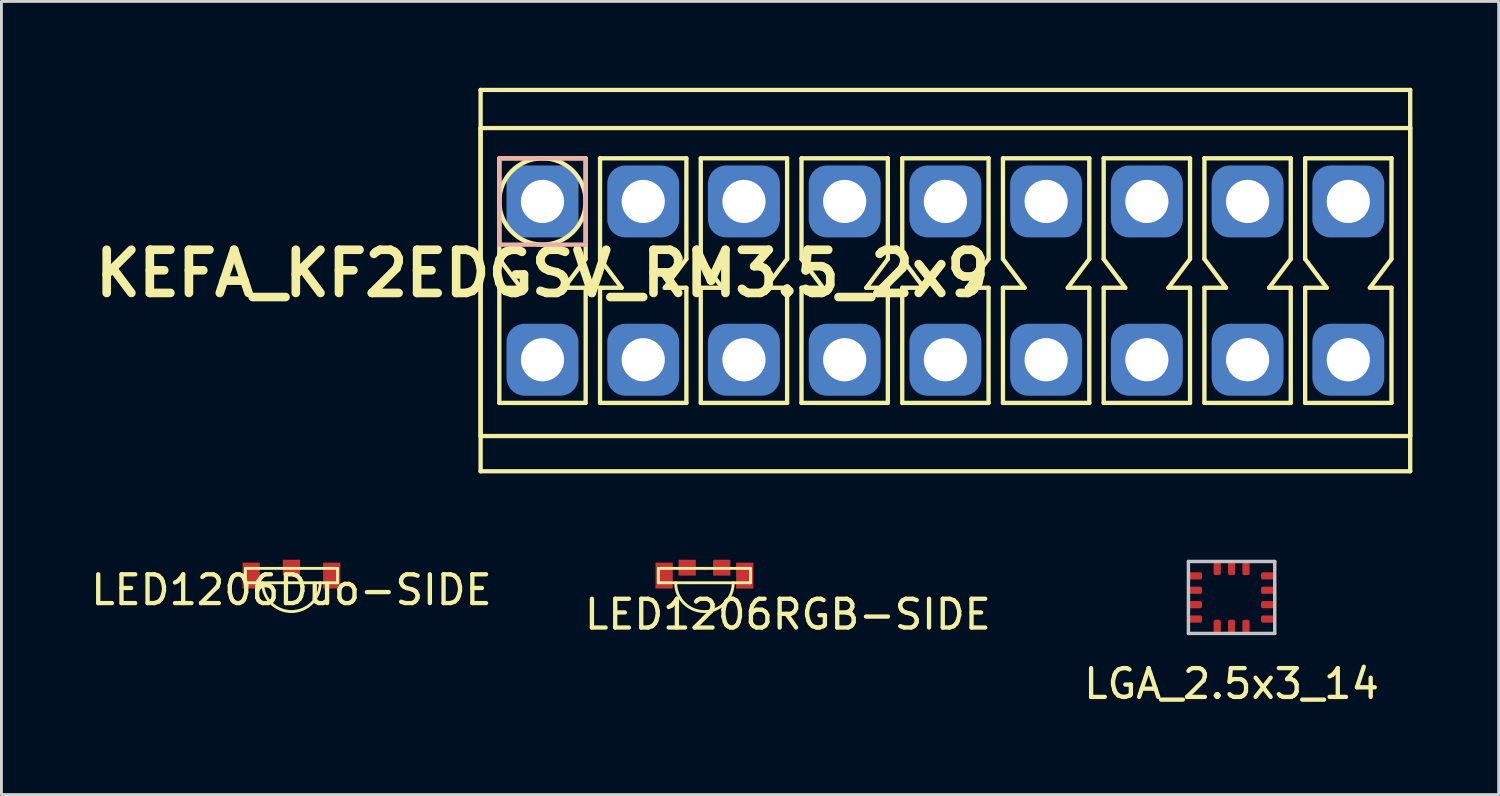
<source format=kicad_pcb>
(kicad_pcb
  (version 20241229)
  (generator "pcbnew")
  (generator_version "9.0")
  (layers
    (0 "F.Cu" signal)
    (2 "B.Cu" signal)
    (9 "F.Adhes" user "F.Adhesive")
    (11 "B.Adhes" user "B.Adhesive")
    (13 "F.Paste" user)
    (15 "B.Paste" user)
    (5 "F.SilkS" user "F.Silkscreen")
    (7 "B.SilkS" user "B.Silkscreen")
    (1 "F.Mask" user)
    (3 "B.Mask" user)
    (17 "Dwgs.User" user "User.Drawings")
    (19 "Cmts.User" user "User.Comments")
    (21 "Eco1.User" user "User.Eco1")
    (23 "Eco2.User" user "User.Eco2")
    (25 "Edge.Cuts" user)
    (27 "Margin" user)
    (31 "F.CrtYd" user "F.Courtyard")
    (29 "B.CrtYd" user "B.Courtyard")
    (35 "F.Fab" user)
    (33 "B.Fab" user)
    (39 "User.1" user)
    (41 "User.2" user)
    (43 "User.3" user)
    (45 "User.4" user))
  (footprint "KEFA_KF2EDGSV_RM3.5_2x9"
    (layer "F.Cu")
    (at 15.8 3.95)
    (property "Reference" "KEFA_KF2EDGSV_RM3.5_2x9" (at 0 2.5 0) (layer "F.SilkS") (effects (font (size 1.5 1.5) (thickness 0.3))))
    (attr through_hole)
    (fp_line (start -2.15 -3.875) (end 30.15 -3.875) (stroke (width 0.15) (type solid)) (layer "F.SilkS"))
    (fp_line (start -2.15 -2.55) (end 30.15 -2.55) (stroke (width 0.15) (type solid)) (layer "F.SilkS"))
    (fp_line (start -2.15 8.15) (end -2.15 -2.55) (stroke (width 0.15) (type solid)) (layer "F.SilkS"))
    (fp_line (start -2.15 9.375) (end -2.15 -3.875) (stroke (width 0.15) (type solid)) (layer "F.SilkS"))
    (fp_line (start -1.5 -1.5) (end -1.5 2) (stroke (width 0.15) (type solid)) (layer "F.SilkS"))
    (fp_line (start -1.5 -1.5) (end 1.5 -1.5) (stroke (width 0.15) (type solid)) (layer "F.SilkS"))
    (fp_line (start -1.5 2) (end -0.75 3) (stroke (width 0.15) (type solid)) (layer "F.SilkS"))
    (fp_line (start -1.5 3) (end -1.5 7) (stroke (width 0.15) (type solid)) (layer "F.SilkS"))
    (fp_line (start -1.5 7) (end 1.5 7) (stroke (width 0.15) (type solid)) (layer "F.SilkS"))
    (fp_line (start -0.75 3) (end -1.5 3) (stroke (width 0.15) (type solid)) (layer "F.SilkS"))
    (fp_line (start 0.75 3) (end 1.5 3) (stroke (width 0.15) (type solid)) (layer "F.SilkS"))
    (fp_line (start 1.5 -1.5) (end 1.5 2) (stroke (width 0.15) (type solid)) (layer "F.SilkS"))
    (fp_line (start 1.5 2) (end 0.75 3) (stroke (width 0.15) (type solid)) (layer "F.SilkS"))
    (fp_line (start 1.5 3) (end 1.5 7) (stroke (width 0.15) (type solid)) (layer "F.SilkS"))
    (fp_line (start 2 -1.5) (end 2 2) (stroke (width 0.15) (type solid)) (layer "F.SilkS"))
    (fp_line (start 2 -1.5) (end 5 -1.5) (stroke (width 0.15) (type solid)) (layer "F.SilkS"))
    (fp_line (start 2 2) (end 2.75 3) (stroke (width 0.15) (type solid)) (layer "F.SilkS"))
    (fp_line (start 2 3) (end 2 7) (stroke (width 0.15) (type solid)) (layer "F.SilkS"))
    (fp_line (start 2 7) (end 5 7) (stroke (width 0.15) (type solid)) (layer "F.SilkS"))
    (fp_line (start 2.75 3) (end 2 3) (stroke (width 0.15) (type solid)) (layer "F.SilkS"))
    (fp_line (start 4.25 3) (end 5 3) (stroke (width 0.15) (type solid)) (layer "F.SilkS"))
    (fp_line (start 5 -1.5) (end 5 2) (stroke (width 0.15) (type solid)) (layer "F.SilkS"))
    (fp_line (start 5 2) (end 4.25 3) (stroke (width 0.15) (type solid)) (layer "F.SilkS"))
    (fp_line (start 5 3) (end 5 7) (stroke (width 0.15) (type solid)) (layer "F.SilkS"))
    (fp_line (start 5.5 -1.5) (end 5.5 2) (stroke (width 0.15) (type solid)) (layer "F.SilkS"))
    (fp_line (start 5.5 -1.5) (end 8.5 -1.5) (stroke (width 0.15) (type solid)) (layer "F.SilkS"))
    (fp_line (start 5.5 2) (end 6.25 3) (stroke (width 0.15) (type solid)) (layer "F.SilkS"))
    (fp_line (start 5.5 3) (end 5.5 7) (stroke (width 0.15) (type solid)) (layer "F.SilkS"))
    (fp_line (start 5.5 7) (end 8.5 7) (stroke (width 0.15) (type solid)) (layer "F.SilkS"))
    (fp_line (start 6.25 3) (end 5.5 3) (stroke (width 0.15) (type solid)) (layer "F.SilkS"))
    (fp_line (start 7.75 3) (end 8.5 3) (stroke (width 0.15) (type solid)) (layer "F.SilkS"))
    (fp_line (start 8.5 -1.5) (end 8.5 2) (stroke (width 0.15) (type solid)) (layer "F.SilkS"))
    (fp_line (start 8.5 2) (end 7.75 3) (stroke (width 0.15) (type solid)) (layer "F.SilkS"))
    (fp_line (start 8.5 3) (end 8.5 7) (stroke (width 0.15) (type solid)) (layer "F.SilkS"))
    (fp_line (start 9 -1.5) (end 9 2) (stroke (width 0.15) (type solid)) (layer "F.SilkS"))
    (fp_line (start 9 -1.5) (end 12 -1.5) (stroke (width 0.15) (type solid)) (layer "F.SilkS"))
    (fp_line (start 9 2) (end 9.75 3) (stroke (width 0.15) (type solid)) (layer "F.SilkS"))
    (fp_line (start 9 3) (end 9 7) (stroke (width 0.15) (type solid)) (layer "F.SilkS"))
    (fp_line (start 9 7) (end 12 7) (stroke (width 0.15) (type solid)) (layer "F.SilkS"))
    (fp_line (start 9.75 3) (end 9 3) (stroke (width 0.15) (type solid)) (layer "F.SilkS"))
    (fp_line (start 11.25 3) (end 12 3) (stroke (width 0.15) (type solid)) (layer "F.SilkS"))
    (fp_line (start 12 -1.5) (end 12 2) (stroke (width 0.15) (type solid)) (layer "F.SilkS"))
    (fp_line (start 12 2) (end 11.25 3) (stroke (width 0.15) (type solid)) (layer "F.SilkS"))
    (fp_line (start 12 3) (end 12 7) (stroke (width 0.15) (type solid)) (layer "F.SilkS"))
    (fp_line (start 12.5 -1.5) (end 12.5 2) (stroke (width 0.15) (type solid)) (layer "F.SilkS"))
    (fp_line (start 12.5 -1.5) (end 15.5 -1.5) (stroke (width 0.15) (type solid)) (layer "F.SilkS"))
    (fp_line (start 12.5 2) (end 13.25 3) (stroke (width 0.15) (type solid)) (layer "F.SilkS"))
    (fp_line (start 12.5 3) (end 12.5 7) (stroke (width 0.15) (type solid)) (layer "F.SilkS"))
    (fp_line (start 12.5 7) (end 15.5 7) (stroke (width 0.15) (type solid)) (layer "F.SilkS"))
    (fp_line (start 13.25 3) (end 12.5 3) (stroke (width 0.15) (type solid)) (layer "F.SilkS"))
    (fp_line (start 14.75 3) (end 15.5 3) (stroke (width 0.15) (type solid)) (layer "F.SilkS"))
    (fp_line (start 15.5 -1.5) (end 15.5 2) (stroke (width 0.15) (type solid)) (layer "F.SilkS"))
    (fp_line (start 15.5 2) (end 14.75 3) (stroke (width 0.15) (type solid)) (layer "F.SilkS"))
    (fp_line (start 15.5 3) (end 15.5 7) (stroke (width 0.15) (type solid)) (layer "F.SilkS"))
    (fp_line (start 16 -1.5) (end 16 2) (stroke (width 0.15) (type solid)) (layer "F.SilkS"))
    (fp_line (start 16 -1.5) (end 19 -1.5) (stroke (width 0.15) (type solid)) (layer "F.SilkS"))
    (fp_line (start 16 2) (end 16.75 3) (stroke (width 0.15) (type solid)) (layer "F.SilkS"))
    (fp_line (start 16 3) (end 16 7) (stroke (width 0.15) (type solid)) (layer "F.SilkS"))
    (fp_line (start 16 7) (end 19 7) (stroke (width 0.15) (type solid)) (layer "F.SilkS"))
    (fp_line (start 16.75 3) (end 16 3) (stroke (width 0.15) (type solid)) (layer "F.SilkS"))
    (fp_line (start 18.25 3) (end 19 3) (stroke (width 0.15) (type solid)) (layer "F.SilkS"))
    (fp_line (start 19 -1.5) (end 19 2) (stroke (width 0.15) (type solid)) (layer "F.SilkS"))
    (fp_line (start 19 2) (end 18.25 3) (stroke (width 0.15) (type solid)) (layer "F.SilkS"))
    (fp_line (start 19 3) (end 19 7) (stroke (width 0.15) (type solid)) (layer "F.SilkS"))
    (fp_line (start 19.5 -1.5) (end 19.5 2) (stroke (width 0.15) (type solid)) (layer "F.SilkS"))
    (fp_line (start 19.5 -1.5) (end 22.5 -1.5) (stroke (width 0.15) (type solid)) (layer "F.SilkS"))
    (fp_line (start 19.5 2) (end 20.25 3) (stroke (width 0.15) (type solid)) (layer "F.SilkS"))
    (fp_line (start 19.5 3) (end 19.5 7) (stroke (width 0.15) (type solid)) (layer "F.SilkS"))
    (fp_line (start 19.5 7) (end 22.5 7) (stroke (width 0.15) (type solid)) (layer "F.SilkS"))
    (fp_line (start 20.25 3) (end 19.5 3) (stroke (width 0.15) (type solid)) (layer "F.SilkS"))
    (fp_line (start 21.75 3) (end 22.5 3) (stroke (width 0.15) (type solid)) (layer "F.SilkS"))
    (fp_line (start 22.5 -1.5) (end 22.5 2) (stroke (width 0.15) (type solid)) (layer "F.SilkS"))
    (fp_line (start 22.5 2) (end 21.75 3) (stroke (width 0.15) (type solid)) (layer "F.SilkS"))
    (fp_line (start 22.5 3) (end 22.5 7) (stroke (width 0.15) (type solid)) (layer "F.SilkS"))
    (fp_line (start 23 -1.5) (end 23 2) (stroke (width 0.15) (type solid)) (layer "F.SilkS"))
    (fp_line (start 23 -1.5) (end 26 -1.5) (stroke (width 0.15) (type solid)) (layer "F.SilkS"))
    (fp_line (start 23 2) (end 23.75 3) (stroke (width 0.15) (type solid)) (layer "F.SilkS"))
    (fp_line (start 23 3) (end 23 7) (stroke (width 0.15) (type solid)) (layer "F.SilkS"))
    (fp_line (start 23 7) (end 26 7) (stroke (width 0.15) (type solid)) (layer "F.SilkS"))
    (fp_line (start 23.75 3) (end 23 3) (stroke (width 0.15) (type solid)) (layer "F.SilkS"))
    (fp_line (start 25.25 3) (end 26 3) (stroke (width 0.15) (type solid)) (layer "F.SilkS"))
    (fp_line (start 26 -1.5) (end 26 2) (stroke (width 0.15) (type solid)) (layer "F.SilkS"))
    (fp_line (start 26 2) (end 25.25 3) (stroke (width 0.15) (type solid)) (layer "F.SilkS"))
    (fp_line (start 26 3) (end 26 7) (stroke (width 0.15) (type solid)) (layer "F.SilkS"))
    (fp_line (start 26.5 -1.5) (end 26.5 2) (stroke (width 0.15) (type solid)) (layer "F.SilkS"))
    (fp_line (start 26.5 -1.5) (end 29.5 -1.5) (stroke (width 0.15) (type solid)) (layer "F.SilkS"))
    (fp_line (start 26.5 2) (end 27.25 3) (stroke (width 0.15) (type solid)) (layer "F.SilkS"))
    (fp_line (start 26.5 3) (end 26.5 7) (stroke (width 0.15) (type solid)) (layer "F.SilkS"))
    (fp_line (start 26.5 7) (end 29.5 7) (stroke (width 0.15) (type solid)) (layer "F.SilkS"))
    (fp_line (start 27.25 3) (end 26.5 3) (stroke (width 0.15) (type solid)) (layer "F.SilkS"))
    (fp_line (start 28.75 3) (end 29.5 3) (stroke (width 0.15) (type solid)) (layer "F.SilkS"))
    (fp_line (start 29.5 -1.5) (end 29.5 2) (stroke (width 0.15) (type solid)) (layer "F.SilkS"))
    (fp_line (start 29.5 2) (end 28.75 3) (stroke (width 0.15) (type solid)) (layer "F.SilkS"))
    (fp_line (start 29.5 3) (end 29.5 7) (stroke (width 0.15) (type solid)) (layer "F.SilkS"))
    (fp_line (start 30.15 -3.875) (end 30.15 9.375) (stroke (width 0.15) (type solid)) (layer "F.SilkS"))
    (fp_line (start 30.15 -2.55) (end 30.15 8.15) (stroke (width 0.15) (type solid)) (layer "F.SilkS"))
    (fp_line (start 30.15 8.15) (end -2.15 8.15) (stroke (width 0.15) (type solid)) (layer "F.SilkS"))
    (fp_line (start 30.15 9.375) (end -2.15 9.375) (stroke (width 0.15) (type solid)) (layer "F.SilkS"))
    (fp_circle (center 0 0) (end 1.5 0) (stroke (width 0.15) (type solid)) (fill no) (layer "F.SilkS"))
    (fp_line (start -1.5 -1.5) (end 1.5 -1.5) (stroke (width 0.15) (type solid)) (layer "B.SilkS"))
    (fp_line (start -1.5 1.5) (end -1.5 -1.5) (stroke (width 0.15) (type solid)) (layer "B.SilkS"))
    (fp_line (start 1.5 -1.5) (end 1.5 1.5) (stroke (width 0.15) (type solid)) (layer "B.SilkS"))
    (fp_line (start 1.5 1.5) (end -1.5 1.5) (stroke (width 0.15) (type solid)) (layer "B.SilkS"))
    (pad "1" thru_hole circle (at 0 0) (size 1.8 1.8) (drill 1.5) (layers "*.Cu" "*.Mask"))
    (pad "1" smd roundrect (at 0 0) (size 2.5 2.5) (layers "B.Cu" "B.Mask") (roundrect_rratio 0.25))
    (pad "2" thru_hole circle (at 3.5 0) (size 1.8 1.8) (drill 1.5) (layers "*.Cu" "*.Mask"))
    (pad "2" smd roundrect (at 3.5 0) (size 2.5 2.5) (layers "B.Cu" "B.Mask") (roundrect_rratio 0.25))
    (pad "3" thru_hole circle (at 7 0) (size 1.8 1.8) (drill 1.5) (layers "*.Cu" "*.Mask"))
    (pad "3" smd roundrect (at 7 0) (size 2.5 2.5) (layers "B.Cu" "B.Mask") (roundrect_rratio 0.25))
    (pad "4" thru_hole circle (at 10.5 0) (size 1.8 1.8) (drill 1.5) (layers "*.Cu" "*.Mask"))
    (pad "4" smd roundrect (at 10.5 0) (size 2.5 2.5) (layers "B.Cu" "B.Mask") (roundrect_rratio 0.25))
    (pad "5" thru_hole circle (at 14 0) (size 1.8 1.8) (drill 1.5) (layers "*.Cu" "*.Mask"))
    (pad "5" smd roundrect (at 14 0) (size 2.5 2.5) (layers "B.Cu" "B.Mask") (roundrect_rratio 0.25))
    (pad "6" thru_hole circle (at 17.5 0) (size 1.8 1.8) (drill 1.5) (layers "*.Cu" "*.Mask"))
    (pad "6" smd roundrect (at 17.5 0) (size 2.5 2.5) (layers "B.Cu" "B.Mask") (roundrect_rratio 0.25))
    (pad "7" thru_hole circle (at 21 0) (size 1.8 1.8) (drill 1.5) (layers "*.Cu" "*.Mask"))
    (pad "7" smd roundrect (at 21 0) (size 2.5 2.5) (layers "B.Cu" "B.Mask") (roundrect_rratio 0.25))
    (pad "8" thru_hole circle (at 24.5 0) (size 1.8 1.8) (drill 1.5) (layers "*.Cu" "*.Mask"))
    (pad "8" smd roundrect (at 24.5 0) (size 2.5 2.5) (layers "B.Cu" "B.Mask") (roundrect_rratio 0.25))
    (pad "9" thru_hole circle (at 28 0) (size 1.8 1.8) (drill 1.5) (layers "*.Cu" "*.Mask"))
    (pad "9" smd roundrect (at 28 0) (size 2.5 2.5) (layers "B.Cu" "B.Mask") (roundrect_rratio 0.25))
    (pad "10" thru_hole circle (at 0 5.5) (size 1.8 1.8) (drill 1.5) (layers "*.Cu" "*.Mask"))
    (pad "10" smd roundrect (at 0 5.5) (size 2.5 2.5) (layers "B.Cu" "B.Mask") (roundrect_rratio 0.25))
    (pad "11" thru_hole circle (at 3.5 5.5) (size 1.8 1.8) (drill 1.5) (layers "*.Cu" "*.Mask"))
    (pad "11" smd roundrect (at 3.5 5.5) (size 2.5 2.5) (layers "B.Cu" "B.Mask") (roundrect_rratio 0.25))
    (pad "12" thru_hole circle (at 7 5.5) (size 1.8 1.8) (drill 1.5) (layers "*.Cu" "*.Mask"))
    (pad "12" smd roundrect (at 7 5.5) (size 2.5 2.5) (layers "B.Cu" "B.Mask") (roundrect_rratio 0.25))
    (pad "13" thru_hole circle (at 10.5 5.5) (size 1.8 1.8) (drill 1.5) (layers "*.Cu" "*.Mask"))
    (pad "13" smd roundrect (at 10.5 5.5) (size 2.5 2.5) (layers "B.Cu" "B.Mask") (roundrect_rratio 0.25))
    (pad "14" thru_hole circle (at 14 5.5) (size 1.8 1.8) (drill 1.5) (layers "*.Cu" "*.Mask"))
    (pad "14" smd roundrect (at 14 5.5) (size 2.5 2.5) (layers "B.Cu" "B.Mask") (roundrect_rratio 0.25))
    (pad "15" thru_hole circle (at 17.5 5.5) (size 1.8 1.8) (drill 1.5) (layers "*.Cu" "*.Mask"))
    (pad "15" smd roundrect (at 17.5 5.5) (size 2.5 2.5) (layers "B.Cu" "B.Mask") (roundrect_rratio 0.25))
    (pad "16" thru_hole circle (at 21 5.5) (size 1.8 1.8) (drill 1.5) (layers "*.Cu" "*.Mask"))
    (pad "16" smd roundrect (at 21 5.5) (size 2.5 2.5) (layers "B.Cu" "B.Mask") (roundrect_rratio 0.25))
    (pad "17" thru_hole circle (at 24.5 5.5) (size 1.8 1.8) (drill 1.5) (layers "*.Cu" "*.Mask"))
    (pad "17" smd roundrect (at 24.5 5.5) (size 2.5 2.5) (layers "B.Cu" "B.Mask") (roundrect_rratio 0.25))
    (pad "18" thru_hole circle (at 28 5.5) (size 1.8 1.8) (drill 1.5) (layers "*.Cu" "*.Mask"))
    (pad "18" smd roundrect (at 28 5.5) (size 2.5 2.5) (layers "B.Cu" "B.Mask") (roundrect_rratio 0.25)))
  (footprint "LED1206Duo-SIDE"
    (layer "F.Cu")
    (at 7.077 16.95)
    (property "Reference" "LED1206Duo-SIDE" (at 0 0.5 0) (layer "F.SilkS") (effects (font (size 1 1) (thickness 0.15))))
    (attr through_hole)
    (fp_line (start -1.6 -0.25) (end 1.6 -0.25) (stroke (width 0.1) (type solid)) (layer "F.SilkS"))
    (fp_line (start -1.6 0.25) (end -1.6 -0.25) (stroke (width 0.1) (type solid)) (layer "F.SilkS"))
    (fp_line (start 1.6 -0.25) (end 1.6 0.25) (stroke (width 0.1) (type solid)) (layer "F.SilkS"))
    (fp_line (start 1.6 0.25) (end -1.6 0.25) (stroke (width 0.1) (type solid)) (layer "F.SilkS"))
    (fp_arc (start 1 0.25) (mid 0 1.25) (end -1 0.25) (stroke (width 0.1) (type solid)) (layer "F.SilkS"))
    (pad "1" smd rect (at 1.4 0) (size 0.6 0.9) (layers "F.Cu" "F.Mask" "F.Paste"))
    (pad "2" smd rect (at 0 -0.275) (size 0.6 0.55) (layers "F.Cu" "F.Mask" "F.Paste"))
    (pad "3" smd rect (at -1.4 0) (size 0.6 0.9) (layers "F.Cu" "F.Mask" "F.Paste")))
  (footprint "LED1206RGB-SIDE"
    (layer "F.Cu")
    (at 21.427 16.95)
    (property "Reference" "LED1206RGB-SIDE" (at 2.9 1.35 0) (layer "F.SilkS") (effects (font (size 1 1) (thickness 0.15))))
    (attr through_hole)
    (fp_line (start -1.6 -0.25) (end 1.6 -0.25) (stroke (width 0.1) (type solid)) (layer "F.SilkS"))
    (fp_line (start -1.6 0.25) (end -1.6 -0.25) (stroke (width 0.1) (type solid)) (layer "F.SilkS"))
    (fp_line (start 1.6 -0.25) (end 1.6 0.25) (stroke (width 0.1) (type solid)) (layer "F.SilkS"))
    (fp_line (start 1.6 0.25) (end -1.6 0.25) (stroke (width 0.1) (type solid)) (layer "F.SilkS"))
    (fp_arc (start 1 0.25) (mid 0 1.25) (end -1 0.25) (stroke (width 0.1) (type solid)) (layer "F.SilkS"))
    (pad "1" smd rect (at -0.6 -0.275) (size 0.6 0.55) (layers "F.Cu" "F.Mask" "F.Paste"))
    (pad "2" smd rect (at 0.6 -0.275) (size 0.6 0.55) (layers "F.Cu" "F.Mask" "F.Paste"))
    (pad "3" smd rect (at -1.4 0) (size 0.6 0.9) (layers "F.Cu" "F.Mask" "F.Paste"))
    (pad "4" smd rect (at 1.4 0) (size 0.6 0.9) (layers "F.Cu" "F.Mask" "F.Paste")))
  (footprint "LGA_2.5x3_14"
    (layer "F.Cu")
    (at 39.744 17.71)
    (property "Reference" "LGA_2.5x3_14" (at 0 3 0) (layer "F.SilkS") (effects (font (size 1 1) (thickness 0.15))))
    (attr through_hole)
    (fp_line (start -1.5 -1.25) (end 1.5 -1.25) (stroke (width 0.12) (type solid)) (layer "Dwgs.User"))
    (fp_line (start -1.5 1.25) (end -1.5 -1.25) (stroke (width 0.12) (type solid)) (layer "Dwgs.User"))
    (fp_line (start 1.5 -1.25) (end 1.5 1.25) (stroke (width 0.12) (type solid)) (layer "Dwgs.User"))
    (fp_line (start 1.5 1.25) (end -1.5 1.25) (stroke (width 0.12) (type solid)) (layer "Dwgs.User"))
    (pad "1" smd roundrect (at -1.25 -0.75 90) (size 0.25 0.45) (layers "F.Cu" "F.Mask" "F.Paste") (roundrect_rratio 0.25))
    (pad "2" smd roundrect (at -1.25 -0.25 90) (size 0.25 0.45) (layers "F.Cu" "F.Mask" "F.Paste") (roundrect_rratio 0.25))
    (pad "3" smd roundrect (at -1.25 0.25 90) (size 0.25 0.45) (layers "F.Cu" "F.Mask" "F.Paste") (roundrect_rratio 0.25))
    (pad "4" smd roundrect (at -1.25 0.75 90) (size 0.25 0.45) (layers "F.Cu" "F.Mask" "F.Paste") (roundrect_rratio 0.25))
    (pad "5" smd roundrect (at -0.5 1 180) (size 0.25 0.45) (layers "F.Cu" "F.Mask" "F.Paste") (roundrect_rratio 0.25))
    (pad "6" smd roundrect (at 0 1 180) (size 0.25 0.45) (layers "F.Cu" "F.Mask" "F.Paste") (roundrect_rratio 0.25))
    (pad "7" smd roundrect (at 0.5 1 180) (size 0.25 0.45) (layers "F.Cu" "F.Mask" "F.Paste") (roundrect_rratio 0.25))
    (pad "8" smd roundrect (at 1.25 0.75 270) (size 0.25 0.45) (layers "F.Cu" "F.Mask" "F.Paste") (roundrect_rratio 0.25))
    (pad "9" smd roundrect (at 1.25 0.25 270) (size 0.25 0.45) (layers "F.Cu" "F.Mask" "F.Paste") (roundrect_rratio 0.25))
    (pad "10" smd roundrect (at 1.25 -0.25 270) (size 0.25 0.45) (layers "F.Cu" "F.Mask" "F.Paste") (roundrect_rratio 0.25))
    (pad "11" smd roundrect (at 1.25 -0.75 270) (size 0.25 0.45) (layers "F.Cu" "F.Mask" "F.Paste") (roundrect_rratio 0.25))
    (pad "12" smd roundrect (at 0.5 -1) (size 0.25 0.45) (layers "F.Cu" "F.Mask" "F.Paste") (roundrect_rratio 0.25))
    (pad "13" smd roundrect (at 0 -1) (size 0.25 0.45) (layers "F.Cu" "F.Mask" "F.Paste") (roundrect_rratio 0.25))
    (pad "14" smd roundrect (at -0.5 -1) (size 0.25 0.45) (layers "F.Cu" "F.Mask" "F.Paste") (roundrect_rratio 0.25)))
  (gr_rect
    (start -3 -3)
    (end 49.025 24.558)
    (stroke (width 0.1) (type default))
    (fill no)
    (layer "Edge.Cuts")))
</source>
